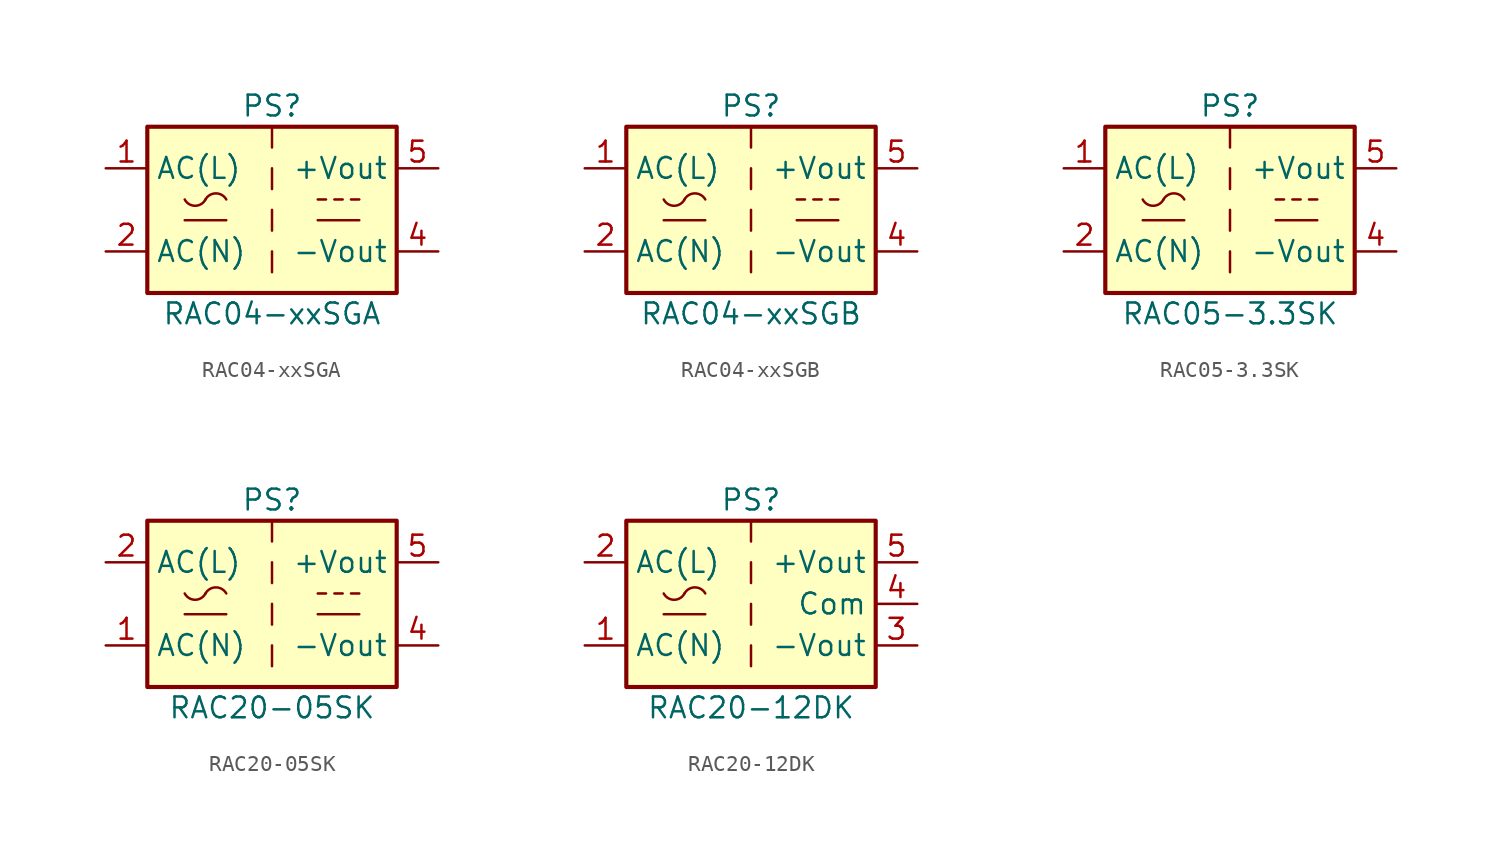
<source format=kicad_sym>
(kicad_symbol_lib
  (version 20201005)
  (generator kicad_symbol_editor)
  (symbol "RAC04-xxSGA"
    (property "Reference" "PS"
      (at 0 6.35 0)
      (effects (font (size 1.27 1.27))))
    (property "Value" "RAC04-xxSGA"
      (at 0 -6.35 0)
      (effects (font (size 1.27 1.27))))
    (symbol "RAC04-xxSGA_1_1"
      (arc (start -5.334 0.635) (end -4.064 0.635) (radius (at -4.699 0.9652) (length 0.7112) (angles -152.5 -27.5)) (stroke (width 0)) (fill (type none)))
      (arc (start -2.794 0.635) (end -4.064 0.635) (radius (at -3.429 0.2794) (length 0.7366) (angles 29.2 150.8)) (stroke (width 0)) (fill (type none)))
      (rectangle (start -7.62 5.08) (end 7.62 -5.08) (stroke (width 0.254)) (fill (type background)))
      (polyline (pts (xy -5.334 -0.635) (xy -2.794 -0.635)) (stroke (width 0)) (fill (type none)))
      (polyline (pts (xy 0 -2.54) (xy 0 -3.81)) (stroke (width 0)) (fill (type none)))
      (polyline (pts (xy 0 0) (xy 0 -1.27)) (stroke (width 0)) (fill (type none)))
      (polyline (pts (xy 0 2.54) (xy 0 1.27)) (stroke (width 0)) (fill (type none)))
      (polyline (pts (xy 0 5.08) (xy 0 3.81)) (stroke (width 0)) (fill (type none)))
      (polyline (pts (xy 2.794 -0.635) (xy 5.334 -0.635)) (stroke (width 0)) (fill (type none)))
      (polyline (pts (xy 2.794 0.635) (xy 3.302 0.635)) (stroke (width 0)) (fill (type none)))
      (polyline (pts (xy 3.81 0.635) (xy 4.318 0.635)) (stroke (width 0)) (fill (type none)))
      (polyline (pts (xy 4.826 0.635) (xy 5.334 0.635)) (stroke (width 0)) (fill (type none)))
      (pin power_in line (at -10.16 2.54 0) (length 2.54) (name "AC(L)" (effects (font (size 1.27 1.27)))) (number "1" (effects (font (size 1.27 1.27)))))
      (pin power_in line (at -10.16 -2.54 0) (length 2.54) (name "AC(N)" (effects (font (size 1.27 1.27)))) (number "2" (effects (font (size 1.27 1.27)))))
      (pin no_connect line (at 7.62 0 180) (length 2.54) hide (name "NC" (effects (font (size 1.27 1.27)))) (number "3" (effects (font (size 1.27 1.27)))))
      (pin power_out line (at 10.16 -2.54 180) (length 2.54) (name "-Vout" (effects (font (size 1.27 1.27)))) (number "4" (effects (font (size 1.27 1.27)))))
      (pin power_out line (at 10.16 2.54 180) (length 2.54) (name "+Vout" (effects (font (size 1.27 1.27)))) (number "5" (effects (font (size 1.27 1.27)))))))
  (symbol "RAC04-xxSGB"
    (property "Reference" "PS"
      (at 0 6.35 0)
      (effects (font (size 1.27 1.27))))
    (property "Value" "RAC04-xxSGB"
      (at 0 -6.35 0)
      (effects (font (size 1.27 1.27))))
    (symbol "RAC04-xxSGB_1_1"
      (arc (start -5.334 0.635) (end -4.064 0.635) (radius (at -4.699 0.9652) (length 0.7112) (angles -152.5 -27.5)) (stroke (width 0)) (fill (type none)))
      (arc (start -2.794 0.635) (end -4.064 0.635) (radius (at -3.429 0.2794) (length 0.7366) (angles 29.2 150.8)) (stroke (width 0)) (fill (type none)))
      (rectangle (start -7.62 5.08) (end 7.62 -5.08) (stroke (width 0.254)) (fill (type background)))
      (polyline (pts (xy -5.334 -0.635) (xy -2.794 -0.635)) (stroke (width 0)) (fill (type none)))
      (polyline (pts (xy 0 -2.54) (xy 0 -3.81)) (stroke (width 0)) (fill (type none)))
      (polyline (pts (xy 0 0) (xy 0 -1.27)) (stroke (width 0)) (fill (type none)))
      (polyline (pts (xy 0 2.54) (xy 0 1.27)) (stroke (width 0)) (fill (type none)))
      (polyline (pts (xy 0 5.08) (xy 0 3.81)) (stroke (width 0)) (fill (type none)))
      (polyline (pts (xy 2.794 -0.635) (xy 5.334 -0.635)) (stroke (width 0)) (fill (type none)))
      (polyline (pts (xy 2.794 0.635) (xy 3.302 0.635)) (stroke (width 0)) (fill (type none)))
      (polyline (pts (xy 3.81 0.635) (xy 4.318 0.635)) (stroke (width 0)) (fill (type none)))
      (polyline (pts (xy 4.826 0.635) (xy 5.334 0.635)) (stroke (width 0)) (fill (type none)))
      (pin power_in line (at -10.16 2.54 0) (length 2.54) (name "AC(L)" (effects (font (size 1.27 1.27)))) (number "1" (effects (font (size 1.27 1.27)))))
      (pin power_in line (at -10.16 -2.54 0) (length 2.54) (name "AC(N)" (effects (font (size 1.27 1.27)))) (number "2" (effects (font (size 1.27 1.27)))))
      (pin no_connect line (at 7.62 0 180) (length 2.54) hide (name "NC" (effects (font (size 1.27 1.27)))) (number "3" (effects (font (size 1.27 1.27)))))
      (pin power_out line (at 10.16 -2.54 180) (length 2.54) (name "-Vout" (effects (font (size 1.27 1.27)))) (number "4" (effects (font (size 1.27 1.27)))))
      (pin power_out line (at 10.16 2.54 180) (length 2.54) (name "+Vout" (effects (font (size 1.27 1.27)))) (number "5" (effects (font (size 1.27 1.27)))))))
  (symbol "RAC05-3.3SK"
    (property "Reference" "PS"
      (at 0 6.35 0)
      (effects (font (size 1.27 1.27))))
    (property "Value" "RAC05-3.3SK"
      (at 0 -6.35 0)
      (effects (font (size 1.27 1.27))))
    (symbol "RAC05-3.3SK_1_1"
      (arc (start -5.334 0.635) (end -4.064 0.635) (radius (at -4.699 0.9652) (length 0.7112) (angles -152.5 -27.5)) (stroke (width 0)) (fill (type none)))
      (arc (start -2.794 0.635) (end -4.064 0.635) (radius (at -3.429 0.2794) (length 0.7366) (angles 29.2 150.8)) (stroke (width 0)) (fill (type none)))
      (rectangle (start -7.62 5.08) (end 7.62 -5.08) (stroke (width 0.254)) (fill (type background)))
      (polyline (pts (xy -5.334 -0.635) (xy -2.794 -0.635)) (stroke (width 0)) (fill (type none)))
      (polyline (pts (xy 0 -2.54) (xy 0 -3.81)) (stroke (width 0)) (fill (type none)))
      (polyline (pts (xy 0 0) (xy 0 -1.27)) (stroke (width 0)) (fill (type none)))
      (polyline (pts (xy 0 2.54) (xy 0 1.27)) (stroke (width 0)) (fill (type none)))
      (polyline (pts (xy 0 5.08) (xy 0 3.81)) (stroke (width 0)) (fill (type none)))
      (polyline (pts (xy 2.794 -0.635) (xy 5.334 -0.635)) (stroke (width 0)) (fill (type none)))
      (polyline (pts (xy 2.794 0.635) (xy 3.302 0.635)) (stroke (width 0)) (fill (type none)))
      (polyline (pts (xy 3.81 0.635) (xy 4.318 0.635)) (stroke (width 0)) (fill (type none)))
      (polyline (pts (xy 4.826 0.635) (xy 5.334 0.635)) (stroke (width 0)) (fill (type none)))
      (pin power_in line (at -10.16 2.54 0) (length 2.54) (name "AC(L)" (effects (font (size 1.27 1.27)))) (number "1" (effects (font (size 1.27 1.27)))))
      (pin power_in line (at -10.16 -2.54 0) (length 2.54) (name "AC(N)" (effects (font (size 1.27 1.27)))) (number "2" (effects (font (size 1.27 1.27)))))
      (pin no_connect line (at 7.62 0 180) (length 2.54) hide (name "NC" (effects (font (size 1.27 1.27)))) (number "3" (effects (font (size 1.27 1.27)))))
      (pin power_out line (at 10.16 -2.54 180) (length 2.54) (name "-Vout" (effects (font (size 1.27 1.27)))) (number "4" (effects (font (size 1.27 1.27)))))
      (pin power_out line (at 10.16 2.54 180) (length 2.54) (name "+Vout" (effects (font (size 1.27 1.27)))) (number "5" (effects (font (size 1.27 1.27)))))))
  (symbol "RAC20-05SK"
    (property "Reference" "PS"
      (at 0 6.35 0)
      (effects (font (size 1.27 1.27))))
    (property "Value" "RAC20-05SK"
      (at 0 -6.35 0)
      (effects (font (size 1.27 1.27))))
    (symbol "RAC20-05SK_1_1"
      (arc (start -5.334 0.635) (end -4.064 0.635) (radius (at -4.699 0.9652) (length 0.7112) (angles -152.5 -27.5)) (stroke (width 0)) (fill (type none)))
      (arc (start -2.794 0.635) (end -4.064 0.635) (radius (at -3.429 0.2794) (length 0.7366) (angles 29.2 150.8)) (stroke (width 0)) (fill (type none)))
      (rectangle (start -7.62 5.08) (end 7.62 -5.08) (stroke (width 0.254)) (fill (type background)))
      (polyline (pts (xy -5.334 -0.635) (xy -2.794 -0.635)) (stroke (width 0)) (fill (type none)))
      (polyline (pts (xy 0 -2.54) (xy 0 -3.81)) (stroke (width 0)) (fill (type none)))
      (polyline (pts (xy 0 0) (xy 0 -1.27)) (stroke (width 0)) (fill (type none)))
      (polyline (pts (xy 0 2.54) (xy 0 1.27)) (stroke (width 0)) (fill (type none)))
      (polyline (pts (xy 0 5.08) (xy 0 3.81)) (stroke (width 0)) (fill (type none)))
      (polyline (pts (xy 2.794 -0.635) (xy 5.334 -0.635)) (stroke (width 0)) (fill (type none)))
      (polyline (pts (xy 2.794 0.635) (xy 3.302 0.635)) (stroke (width 0)) (fill (type none)))
      (polyline (pts (xy 3.81 0.635) (xy 4.318 0.635)) (stroke (width 0)) (fill (type none)))
      (polyline (pts (xy 4.826 0.635) (xy 5.334 0.635)) (stroke (width 0)) (fill (type none)))
      (pin power_in line (at -10.16 -2.54 0) (length 2.54) (name "AC(N)" (effects (font (size 1.27 1.27)))) (number "1" (effects (font (size 1.27 1.27)))))
      (pin power_in line (at -10.16 2.54 0) (length 2.54) (name "AC(L)" (effects (font (size 1.27 1.27)))) (number "2" (effects (font (size 1.27 1.27)))))
      (pin power_out line (at 10.16 -2.54 180) (length 2.54) (name "-Vout" (effects (font (size 1.27 1.27)))) (number "4" (effects (font (size 1.27 1.27)))))
      (pin power_out line (at 10.16 2.54 180) (length 2.54) (name "+Vout" (effects (font (size 1.27 1.27)))) (number "5" (effects (font (size 1.27 1.27)))))))
  (symbol "RAC20-12DK"
    (property "Reference" "PS"
      (at 0 6.35 0)
      (effects (font (size 1.27 1.27))))
    (property "Value" "RAC20-12DK"
      (at 0 -6.35 0)
      (effects (font (size 1.27 1.27))))
    (symbol "RAC20-12DK_0_1"
      (arc (start -5.334 0.635) (end -4.064 0.635) (radius (at -4.699 0.9652) (length 0.7112) (angles -152.5 -27.5)) (stroke (width 0)) (fill (type none)))
      (arc (start -2.794 0.635) (end -4.064 0.635) (radius (at -3.429 0.2794) (length 0.7366) (angles 29.2 150.8)) (stroke (width 0)) (fill (type none)))
      (rectangle (start -7.62 5.08) (end 7.62 -5.08) (stroke (width 0.254)) (fill (type background)))
      (polyline (pts (xy -5.334 -0.635) (xy -2.794 -0.635)) (stroke (width 0)) (fill (type none)))
      (polyline (pts (xy 0 -2.54) (xy 0 -3.81)) (stroke (width 0)) (fill (type none)))
      (polyline (pts (xy 0 0) (xy 0 -1.27)) (stroke (width 0)) (fill (type none)))
      (polyline (pts (xy 0 2.54) (xy 0 1.27)) (stroke (width 0)) (fill (type none)))
      (polyline (pts (xy 0 5.08) (xy 0 3.81)) (stroke (width 0)) (fill (type none))))
    (symbol "RAC20-12DK_1_1"
      (pin power_in line (at -10.16 -2.54 0) (length 2.54) (name "AC(N)" (effects (font (size 1.27 1.27)))) (number "1" (effects (font (size 1.27 1.27)))))
      (pin power_in line (at -10.16 2.54 0) (length 2.54) (name "AC(L)" (effects (font (size 1.27 1.27)))) (number "2" (effects (font (size 1.27 1.27)))))
      (pin power_out line (at 10.16 -2.54 180) (length 2.54) (name "-Vout" (effects (font (size 1.27 1.27)))) (number "3" (effects (font (size 1.27 1.27)))))
      (pin power_out line (at 10.16 0 180) (length 2.54) (name "Com" (effects (font (size 1.27 1.27)))) (number "4" (effects (font (size 1.27 1.27)))))
      (pin power_out line (at 10.16 2.54 180) (length 2.54) (name "+Vout" (effects (font (size 1.27 1.27)))) (number "5" (effects (font (size 1.27 1.27))))))))
</source>
